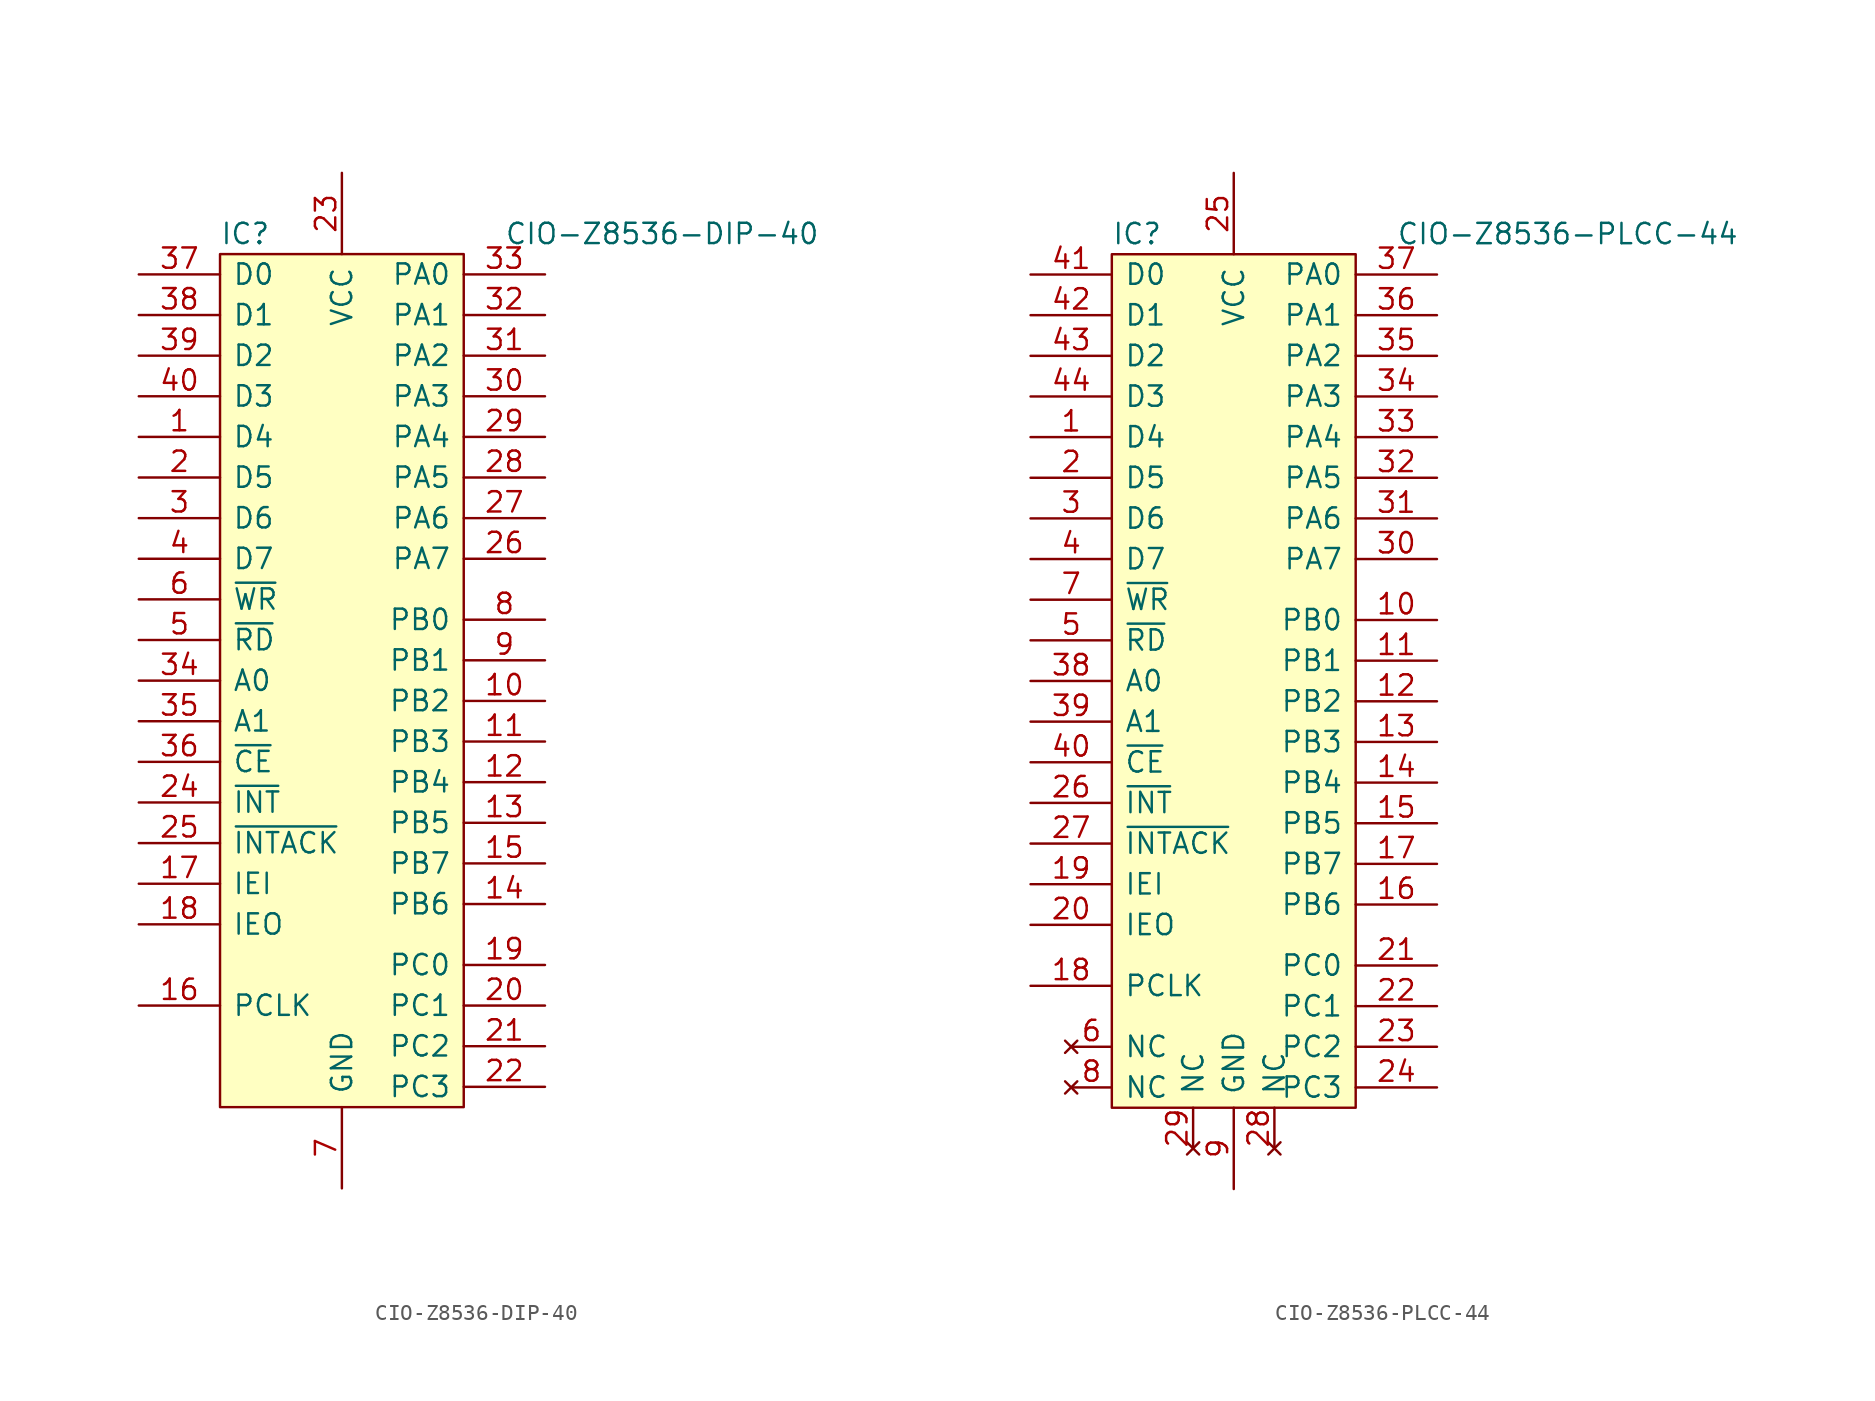
<source format=kicad_sym>
(kicad_symbol_lib
  (version 20220914)
  (generator kicad_symbol_editor)
  (symbol "CIO-Z8536-DIP-40"
    (pin_names
      (offset 0.762))
    (property "Reference" "IC"
      (at 0 1.27 0)
      (effects (font (size 1.27 1.27)) (justify left)))
    (property "Value" "CIO-Z8536-DIP-40"
      (at 17.78 1.27 0)
      (effects (font (size 1.27 1.27)) (justify left)))
    (symbol "CIO-Z8536-DIP-40_0_0"
      (pin bidirectional line (at -5.08 -11.43 0) (length 5.08) (name "D4" (effects (font (size 1.27 1.27)))) (number "1" (effects (font (size 1.27 1.27)))))
      (pin bidirectional line (at 20.32 -27.94 180) (length 5.08) (name "PB2" (effects (font (size 1.27 1.27)))) (number "10" (effects (font (size 1.27 1.27)))))
      (pin bidirectional line (at 20.32 -30.48 180) (length 5.08) (name "PB3" (effects (font (size 1.27 1.27)))) (number "11" (effects (font (size 1.27 1.27)))))
      (pin bidirectional line (at 20.32 -33.02 180) (length 5.08) (name "PB4" (effects (font (size 1.27 1.27)))) (number "12" (effects (font (size 1.27 1.27)))))
      (pin bidirectional line (at 20.32 -35.56 180) (length 5.08) (name "PB5" (effects (font (size 1.27 1.27)))) (number "13" (effects (font (size 1.27 1.27)))))
      (pin bidirectional line (at 20.32 -40.64 180) (length 5.08) (name "PB6" (effects (font (size 1.27 1.27)))) (number "14" (effects (font (size 1.27 1.27)))))
      (pin bidirectional line (at 20.32 -38.1 180) (length 5.08) (name "PB7" (effects (font (size 1.27 1.27)))) (number "15" (effects (font (size 1.27 1.27)))))
      (pin input line (at -5.08 -46.99 0) (length 5.08) (name "PCLK" (effects (font (size 1.27 1.27)))) (number "16" (effects (font (size 1.27 1.27)))))
      (pin input line (at -5.08 -39.37 0) (length 5.08) (name "IEI" (effects (font (size 1.27 1.27)))) (number "17" (effects (font (size 1.27 1.27)))))
      (pin output line (at -5.08 -41.91 0) (length 5.08) (name "IEO" (effects (font (size 1.27 1.27)))) (number "18" (effects (font (size 1.27 1.27)))))
      (pin bidirectional line (at 20.32 -44.45 180) (length 5.08) (name "PC0" (effects (font (size 1.27 1.27)))) (number "19" (effects (font (size 1.27 1.27)))))
      (pin bidirectional line (at -5.08 -13.97 0) (length 5.08) (name "D5" (effects (font (size 1.27 1.27)))) (number "2" (effects (font (size 1.27 1.27)))))
      (pin bidirectional line (at 20.32 -46.99 180) (length 5.08) (name "PC1" (effects (font (size 1.27 1.27)))) (number "20" (effects (font (size 1.27 1.27)))))
      (pin bidirectional line (at 20.32 -49.53 180) (length 5.08) (name "PC2" (effects (font (size 1.27 1.27)))) (number "21" (effects (font (size 1.27 1.27)))))
      (pin bidirectional line (at 20.32 -52.07 180) (length 5.08) (name "PC3" (effects (font (size 1.27 1.27)))) (number "22" (effects (font (size 1.27 1.27)))))
      (pin power_in line (at 7.62 5.08 270) (length 5.08) (name "VCC" (effects (font (size 1.27 1.27)))) (number "23" (effects (font (size 1.27 1.27)))))
      (pin output line (at -5.08 -34.29 0) (length 5.08) (name "~{INT}" (effects (font (size 1.27 1.27)))) (number "24" (effects (font (size 1.27 1.27)))))
      (pin input line (at -5.08 -36.83 0) (length 5.08) (name "~{INTACK}" (effects (font (size 1.27 1.27)))) (number "25" (effects (font (size 1.27 1.27)))))
      (pin bidirectional line (at 20.32 -19.05 180) (length 5.08) (name "PA7" (effects (font (size 1.27 1.27)))) (number "26" (effects (font (size 1.27 1.27)))))
      (pin bidirectional line (at 20.32 -16.51 180) (length 5.08) (name "PA6" (effects (font (size 1.27 1.27)))) (number "27" (effects (font (size 1.27 1.27)))))
      (pin bidirectional line (at 20.32 -13.97 180) (length 5.08) (name "PA5" (effects (font (size 1.27 1.27)))) (number "28" (effects (font (size 1.27 1.27)))))
      (pin bidirectional line (at 20.32 -11.43 180) (length 5.08) (name "PA4" (effects (font (size 1.27 1.27)))) (number "29" (effects (font (size 1.27 1.27)))))
      (pin bidirectional line (at -5.08 -16.51 0) (length 5.08) (name "D6" (effects (font (size 1.27 1.27)))) (number "3" (effects (font (size 1.27 1.27)))))
      (pin bidirectional line (at 20.32 -8.89 180) (length 5.08) (name "PA3" (effects (font (size 1.27 1.27)))) (number "30" (effects (font (size 1.27 1.27)))))
      (pin bidirectional line (at 20.32 -6.35 180) (length 5.08) (name "PA2" (effects (font (size 1.27 1.27)))) (number "31" (effects (font (size 1.27 1.27)))))
      (pin bidirectional line (at 20.32 -3.81 180) (length 5.08) (name "PA1" (effects (font (size 1.27 1.27)))) (number "32" (effects (font (size 1.27 1.27)))))
      (pin bidirectional line (at 20.32 -1.27 180) (length 5.08) (name "PA0" (effects (font (size 1.27 1.27)))) (number "33" (effects (font (size 1.27 1.27)))))
      (pin input line (at -5.08 -26.67 0) (length 5.08) (name "A0" (effects (font (size 1.27 1.27)))) (number "34" (effects (font (size 1.27 1.27)))))
      (pin input line (at -5.08 -29.21 0) (length 5.08) (name "A1" (effects (font (size 1.27 1.27)))) (number "35" (effects (font (size 1.27 1.27)))))
      (pin input line (at -5.08 -31.75 0) (length 5.08) (name "~{CE}" (effects (font (size 1.27 1.27)))) (number "36" (effects (font (size 1.27 1.27)))))
      (pin bidirectional line (at -5.08 -1.27 0) (length 5.08) (name "D0" (effects (font (size 1.27 1.27)))) (number "37" (effects (font (size 1.27 1.27)))))
      (pin bidirectional line (at -5.08 -3.81 0) (length 5.08) (name "D1" (effects (font (size 1.27 1.27)))) (number "38" (effects (font (size 1.27 1.27)))))
      (pin bidirectional line (at -5.08 -6.35 0) (length 5.08) (name "D2" (effects (font (size 1.27 1.27)))) (number "39" (effects (font (size 1.27 1.27)))))
      (pin bidirectional line (at -5.08 -19.05 0) (length 5.08) (name "D7" (effects (font (size 1.27 1.27)))) (number "4" (effects (font (size 1.27 1.27)))))
      (pin bidirectional line (at -5.08 -8.89 0) (length 5.08) (name "D3" (effects (font (size 1.27 1.27)))) (number "40" (effects (font (size 1.27 1.27)))))
      (pin input line (at -5.08 -24.13 0) (length 5.08) (name "~{RD}" (effects (font (size 1.27 1.27)))) (number "5" (effects (font (size 1.27 1.27)))))
      (pin input line (at -5.08 -21.59 0) (length 5.08) (name "~{WR}" (effects (font (size 1.27 1.27)))) (number "6" (effects (font (size 1.27 1.27)))))
      (pin power_in line (at 7.62 -58.42 90) (length 5.08) (name "GND" (effects (font (size 1.27 1.27)))) (number "7" (effects (font (size 1.27 1.27)))))
      (pin bidirectional line (at 20.32 -22.86 180) (length 5.08) (name "PB0" (effects (font (size 1.27 1.27)))) (number "8" (effects (font (size 1.27 1.27)))))
      (pin bidirectional line (at 20.32 -25.4 180) (length 5.08) (name "PB1" (effects (font (size 1.27 1.27)))) (number "9" (effects (font (size 1.27 1.27))))))
    (symbol "CIO-Z8536-DIP-40_0_1"
      (rectangle (start 0 0) (end 15.24 -53.34) (stroke (width 0) (type solid)) (fill (type background)))))
  (symbol "CIO-Z8536-PLCC-44"
    (pin_names
      (offset 0.762))
    (property "Reference" "IC"
      (at 0 1.27 0)
      (effects (font (size 1.27 1.27)) (justify left)))
    (property "Value" "CIO-Z8536-PLCC-44"
      (at 17.78 1.27 0)
      (effects (font (size 1.27 1.27)) (justify left)))
    (symbol "CIO-Z8536-PLCC-44_0_0"
      (pin bidirectional line (at -5.08 -11.43 0) (length 5.08) (name "D4" (effects (font (size 1.27 1.27)))) (number "1" (effects (font (size 1.27 1.27)))))
      (pin bidirectional line (at 20.32 -22.86 180) (length 5.08) (name "PB0" (effects (font (size 1.27 1.27)))) (number "10" (effects (font (size 1.27 1.27)))))
      (pin bidirectional line (at 20.32 -25.4 180) (length 5.08) (name "PB1" (effects (font (size 1.27 1.27)))) (number "11" (effects (font (size 1.27 1.27)))))
      (pin bidirectional line (at 20.32 -27.94 180) (length 5.08) (name "PB2" (effects (font (size 1.27 1.27)))) (number "12" (effects (font (size 1.27 1.27)))))
      (pin bidirectional line (at 20.32 -30.48 180) (length 5.08) (name "PB3" (effects (font (size 1.27 1.27)))) (number "13" (effects (font (size 1.27 1.27)))))
      (pin bidirectional line (at 20.32 -33.02 180) (length 5.08) (name "PB4" (effects (font (size 1.27 1.27)))) (number "14" (effects (font (size 1.27 1.27)))))
      (pin bidirectional line (at 20.32 -35.56 180) (length 5.08) (name "PB5" (effects (font (size 1.27 1.27)))) (number "15" (effects (font (size 1.27 1.27)))))
      (pin bidirectional line (at 20.32 -40.64 180) (length 5.08) (name "PB6" (effects (font (size 1.27 1.27)))) (number "16" (effects (font (size 1.27 1.27)))))
      (pin bidirectional line (at 20.32 -38.1 180) (length 5.08) (name "PB7" (effects (font (size 1.27 1.27)))) (number "17" (effects (font (size 1.27 1.27)))))
      (pin input line (at -5.08 -45.72 0) (length 5.08) (name "PCLK" (effects (font (size 1.27 1.27)))) (number "18" (effects (font (size 1.27 1.27)))))
      (pin input line (at -5.08 -39.37 0) (length 5.08) (name "IEI" (effects (font (size 1.27 1.27)))) (number "19" (effects (font (size 1.27 1.27)))))
      (pin bidirectional line (at -5.08 -13.97 0) (length 5.08) (name "D5" (effects (font (size 1.27 1.27)))) (number "2" (effects (font (size 1.27 1.27)))))
      (pin output line (at -5.08 -41.91 0) (length 5.08) (name "IEO" (effects (font (size 1.27 1.27)))) (number "20" (effects (font (size 1.27 1.27)))))
      (pin bidirectional line (at 20.32 -44.45 180) (length 5.08) (name "PC0" (effects (font (size 1.27 1.27)))) (number "21" (effects (font (size 1.27 1.27)))))
      (pin bidirectional line (at 20.32 -46.99 180) (length 5.08) (name "PC1" (effects (font (size 1.27 1.27)))) (number "22" (effects (font (size 1.27 1.27)))))
      (pin bidirectional line (at 20.32 -49.53 180) (length 5.08) (name "PC2" (effects (font (size 1.27 1.27)))) (number "23" (effects (font (size 1.27 1.27)))))
      (pin bidirectional line (at 20.32 -52.07 180) (length 5.08) (name "PC3" (effects (font (size 1.27 1.27)))) (number "24" (effects (font (size 1.27 1.27)))))
      (pin power_in line (at 7.62 5.08 270) (length 5.08) (name "VCC" (effects (font (size 1.27 1.27)))) (number "25" (effects (font (size 1.27 1.27)))))
      (pin output line (at -5.08 -34.29 0) (length 5.08) (name "~{INT}" (effects (font (size 1.27 1.27)))) (number "26" (effects (font (size 1.27 1.27)))))
      (pin input line (at -5.08 -36.83 0) (length 5.08) (name "~{INTACK}" (effects (font (size 1.27 1.27)))) (number "27" (effects (font (size 1.27 1.27)))))
      (pin no_connect line (at 10.16 -55.88 90) (length 2.54) (name "NC" (effects (font (size 1.27 1.27)))) (number "28" (effects (font (size 1.27 1.27)))))
      (pin no_connect line (at 5.08 -55.88 90) (length 2.54) (name "NC" (effects (font (size 1.27 1.27)))) (number "29" (effects (font (size 1.27 1.27)))))
      (pin bidirectional line (at -5.08 -16.51 0) (length 5.08) (name "D6" (effects (font (size 1.27 1.27)))) (number "3" (effects (font (size 1.27 1.27)))))
      (pin bidirectional line (at 20.32 -19.05 180) (length 5.08) (name "PA7" (effects (font (size 1.27 1.27)))) (number "30" (effects (font (size 1.27 1.27)))))
      (pin bidirectional line (at 20.32 -16.51 180) (length 5.08) (name "PA6" (effects (font (size 1.27 1.27)))) (number "31" (effects (font (size 1.27 1.27)))))
      (pin bidirectional line (at 20.32 -13.97 180) (length 5.08) (name "PA5" (effects (font (size 1.27 1.27)))) (number "32" (effects (font (size 1.27 1.27)))))
      (pin bidirectional line (at 20.32 -11.43 180) (length 5.08) (name "PA4" (effects (font (size 1.27 1.27)))) (number "33" (effects (font (size 1.27 1.27)))))
      (pin bidirectional line (at 20.32 -8.89 180) (length 5.08) (name "PA3" (effects (font (size 1.27 1.27)))) (number "34" (effects (font (size 1.27 1.27)))))
      (pin bidirectional line (at 20.32 -6.35 180) (length 5.08) (name "PA2" (effects (font (size 1.27 1.27)))) (number "35" (effects (font (size 1.27 1.27)))))
      (pin bidirectional line (at 20.32 -3.81 180) (length 5.08) (name "PA1" (effects (font (size 1.27 1.27)))) (number "36" (effects (font (size 1.27 1.27)))))
      (pin bidirectional line (at 20.32 -1.27 180) (length 5.08) (name "PA0" (effects (font (size 1.27 1.27)))) (number "37" (effects (font (size 1.27 1.27)))))
      (pin input line (at -5.08 -26.67 0) (length 5.08) (name "A0" (effects (font (size 1.27 1.27)))) (number "38" (effects (font (size 1.27 1.27)))))
      (pin input line (at -5.08 -29.21 0) (length 5.08) (name "A1" (effects (font (size 1.27 1.27)))) (number "39" (effects (font (size 1.27 1.27)))))
      (pin bidirectional line (at -5.08 -19.05 0) (length 5.08) (name "D7" (effects (font (size 1.27 1.27)))) (number "4" (effects (font (size 1.27 1.27)))))
      (pin input line (at -5.08 -31.75 0) (length 5.08) (name "~{CE}" (effects (font (size 1.27 1.27)))) (number "40" (effects (font (size 1.27 1.27)))))
      (pin bidirectional line (at -5.08 -1.27 0) (length 5.08) (name "D0" (effects (font (size 1.27 1.27)))) (number "41" (effects (font (size 1.27 1.27)))))
      (pin bidirectional line (at -5.08 -3.81 0) (length 5.08) (name "D1" (effects (font (size 1.27 1.27)))) (number "42" (effects (font (size 1.27 1.27)))))
      (pin bidirectional line (at -5.08 -6.35 0) (length 5.08) (name "D2" (effects (font (size 1.27 1.27)))) (number "43" (effects (font (size 1.27 1.27)))))
      (pin bidirectional line (at -5.08 -8.89 0) (length 5.08) (name "D3" (effects (font (size 1.27 1.27)))) (number "44" (effects (font (size 1.27 1.27)))))
      (pin input line (at -5.08 -24.13 0) (length 5.08) (name "~{RD}" (effects (font (size 1.27 1.27)))) (number "5" (effects (font (size 1.27 1.27)))))
      (pin no_connect line (at -2.54 -49.53 0) (length 2.54) (name "NC" (effects (font (size 1.27 1.27)))) (number "6" (effects (font (size 1.27 1.27)))))
      (pin input line (at -5.08 -21.59 0) (length 5.08) (name "~{WR}" (effects (font (size 1.27 1.27)))) (number "7" (effects (font (size 1.27 1.27)))))
      (pin no_connect line (at -2.54 -52.07 0) (length 2.54) (name "NC" (effects (font (size 1.27 1.27)))) (number "8" (effects (font (size 1.27 1.27)))))
      (pin power_in line (at 7.62 -58.42 90) (length 5.08) (name "GND" (effects (font (size 1.27 1.27)))) (number "9" (effects (font (size 1.27 1.27))))))
    (symbol "CIO-Z8536-PLCC-44_0_1"
      (rectangle (start 0 0) (end 15.24 -53.34) (stroke (width 0) (type solid)) (fill (type background))))))
</source>
